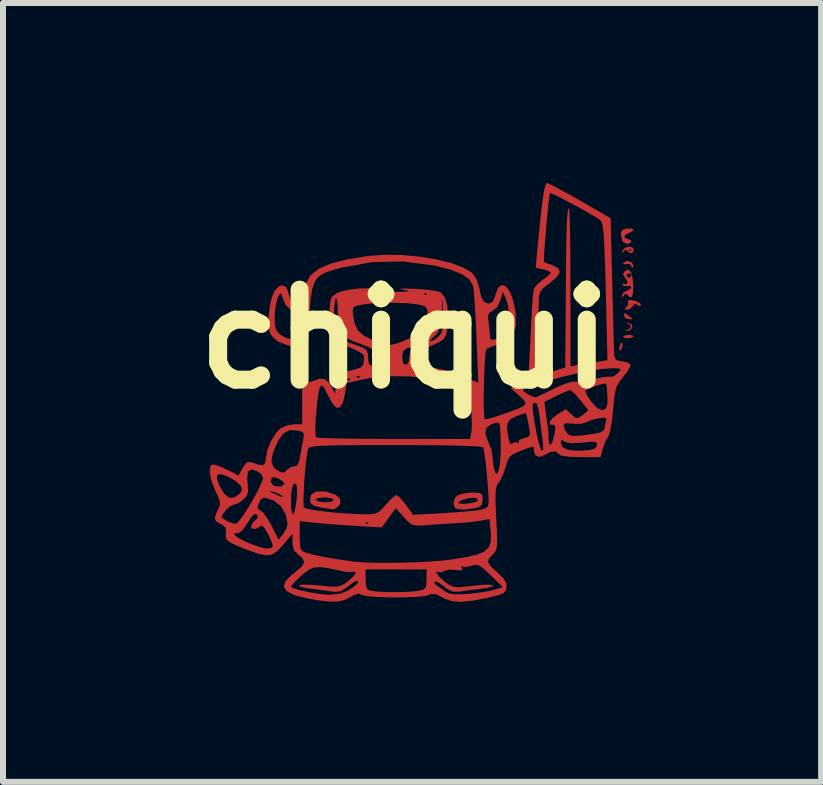
<source format=kicad_pcb>
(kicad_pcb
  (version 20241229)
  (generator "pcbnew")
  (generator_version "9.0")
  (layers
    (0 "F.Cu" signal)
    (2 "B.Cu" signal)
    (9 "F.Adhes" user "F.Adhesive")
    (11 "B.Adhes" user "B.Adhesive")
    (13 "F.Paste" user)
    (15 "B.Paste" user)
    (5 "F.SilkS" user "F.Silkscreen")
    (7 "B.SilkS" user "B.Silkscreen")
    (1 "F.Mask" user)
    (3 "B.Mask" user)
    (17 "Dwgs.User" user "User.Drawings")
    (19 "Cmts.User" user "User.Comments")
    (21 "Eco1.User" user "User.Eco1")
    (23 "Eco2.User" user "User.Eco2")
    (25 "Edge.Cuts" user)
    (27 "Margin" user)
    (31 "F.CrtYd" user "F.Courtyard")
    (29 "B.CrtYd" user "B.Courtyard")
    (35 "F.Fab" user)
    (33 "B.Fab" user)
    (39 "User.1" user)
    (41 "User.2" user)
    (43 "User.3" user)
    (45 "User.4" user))
  (footprint "chiqui"
    (layer "F.Cu")
    (at 3.693 2.599)
    (property "Reference" "chiqui" (at 0 0 0) (layer "F.SilkS") (effects (font (size 1.5 1.5) (thickness 0.3))))
    (attr board_only exclude_from_pos_files exclude_from_bom)
    (fp_poly (pts (xy 3.634 0.076) (xy 3.629 0.122) (xy 3.602 0.192) (xy 3.582 0.191) (xy 3.576 0.145) (xy 3.599 0.077) (xy 3.613 0.063)) (stroke (width 0) (type solid)) (fill yes) (layer "F.Cu"))
    (fp_poly (pts (xy 3.689 -0.423) (xy 3.752 -0.368) (xy 3.78 -0.355) (xy 3.802 -0.336) (xy 3.749 -0.328) (xy 3.674 -0.35) (xy 3.658 -0.396) (xy 3.67 -0.438)) (stroke (width 0) (type solid)) (fill yes) (layer "F.Cu"))
    (fp_poly (pts (xy 3.797 -0.061) (xy 3.82 -0.045) (xy 3.787 -0.02) (xy 3.718 -0.011) (xy 3.656 -0.022) (xy 3.642 -0.033) (xy 3.663 -0.056) (xy 3.722 -0.067)) (stroke (width 0) (type solid)) (fill yes) (layer "F.Cu"))
    (fp_poly (pts (xy 3.782 -1.276) (xy 3.815 -1.225) (xy 3.804 -1.189) (xy 3.782 -1.197) (xy 3.78 -1.217) (xy 3.748 -1.252) (xy 3.698 -1.248) (xy 3.643 -1.245) (xy 3.64 -1.264) (xy 3.696 -1.298) (xy 3.719 -1.3)) (stroke (width 0) (type solid)) (fill yes) (layer "F.Cu"))
    (fp_poly (pts (xy 3.728 -0.27) (xy 3.789 -0.239) (xy 3.794 -0.184) (xy 3.746 -0.141) (xy 3.719 -0.135) (xy 3.67 -0.132) (xy 3.699 -0.145) (xy 3.708 -0.148) (xy 3.772 -0.187) (xy 3.762 -0.234) (xy 3.718 -0.257) (xy 3.688 -0.27)) (stroke (width 0) (type solid)) (fill yes) (layer "F.Cu"))
    (fp_poly (pts (xy 3.855 -0.633) (xy 3.927 -0.592) (xy 3.942 -0.56) (xy 3.919 -0.544) (xy 3.886 -0.565) (xy 3.834 -0.588) (xy 3.806 -0.55) (xy 3.75 -0.497) (xy 3.71 -0.488) (xy 3.664 -0.496) (xy 3.693 -0.524) (xy 3.728 -0.578) (xy 3.721 -0.605) (xy 3.727 -0.644) (xy 3.753 -0.65)) (stroke (width 0) (type solid)) (fill yes) (layer "F.Cu"))
    (fp_poly (pts (xy 3.817 -1.814) (xy 3.767 -1.778) (xy 3.739 -1.768) (xy 3.672 -1.729) (xy 3.663 -1.687) (xy 3.715 -1.666) (xy 3.719 -1.666) (xy 3.773 -1.644) (xy 3.78 -1.626) (xy 3.746 -1.592) (xy 3.703 -1.585) (xy 3.638 -1.616) (xy 3.609 -1.703) (xy 3.607 -1.789) (xy 3.65 -1.827) (xy 3.706 -1.839) (xy 3.795 -1.839)) (stroke (width 0) (type solid)) (fill yes) (layer "F.Cu"))
    (fp_poly (pts (xy 3.799 -1.526) (xy 3.82 -1.486) (xy 3.796 -1.429) (xy 3.745 -1.435) (xy 3.716 -1.467) (xy 3.684 -1.483) (xy 3.739 -1.483) (xy 3.759 -1.463) (xy 3.78 -1.483) (xy 3.759 -1.504) (xy 3.739 -1.483) (xy 3.684 -1.483) (xy 3.678 -1.486) (xy 3.649 -1.457) (xy 3.621 -1.425) (xy 3.627 -1.463) (xy 3.67 -1.516) (xy 3.738 -1.538)) (stroke (width 0) (type solid)) (fill yes) (layer "F.Cu"))
    (fp_poly (pts (xy -1.297 2.548) (xy -1.155 2.594) (xy -1.077 2.661) (xy -1.07 2.74) (xy -1.094 2.78) (xy -1.158 2.831) (xy -1.194 2.839) (xy -1.261 2.83) (xy -1.371 2.813) (xy -1.402 2.809) (xy -1.515 2.78) (xy -1.568 2.732) (xy -1.577 2.699) (xy -1.573 2.673) (xy -1.486 2.673) (xy -1.483 2.682) (xy -1.429 2.71) (xy -1.331 2.723) (xy -1.318 2.723) (xy -1.225 2.713) (xy -1.18 2.687) (xy -1.179 2.682) (xy -1.215 2.657) (xy -1.305 2.643) (xy -1.344 2.642) (xy -1.447 2.65) (xy -1.486 2.673) (xy -1.573 2.673) (xy -1.561 2.598) (xy -1.482 2.544) (xy -1.345 2.54)) (stroke (width 0) (type solid)) (fill yes) (layer "F.Cu"))
    (fp_poly (pts (xy 1.241 2.565) (xy 1.288 2.59) (xy 1.3 2.652) (xy 1.3 2.677) (xy 1.287 2.763) (xy 1.23 2.805) (xy 1.173 2.819) (xy 1.011 2.842) (xy 0.892 2.839) (xy 0.84 2.818) (xy 0.812 2.741) (xy 0.816 2.729) (xy 0.894 2.729) (xy 0.928 2.746) (xy 1.01 2.748) (xy 1.107 2.736) (xy 1.188 2.715) (xy 1.216 2.699) (xy 1.211 2.661) (xy 1.208 2.657) (xy 1.152 2.645) (xy 1.061 2.655) (xy 0.967 2.68) (xy 0.904 2.713) (xy 0.894 2.729) (xy 0.816 2.729) (xy 0.838 2.653) (xy 0.891 2.602) (xy 0.983 2.575) (xy 1.108 2.561) (xy 1.135 2.56)) (stroke (width 0) (type solid)) (fill yes) (layer "F.Cu"))
    (fp_poly (pts (xy 3.768 -1.119) (xy 3.8 -1.012) (xy 3.811 -0.897) (xy 3.807 -0.764) (xy 3.784 -0.697) (xy 3.744 -0.7) (xy 3.716 -0.736) (xy 3.679 -0.754) (xy 3.653 -0.726) (xy 3.624 -0.691) (xy 3.618 -0.725) (xy 3.651 -0.778) (xy 3.698 -0.801) (xy 3.764 -0.835) (xy 3.78 -0.863) (xy 3.75 -0.886) (xy 3.72 -0.88) (xy 3.652 -0.884) (xy 3.632 -0.902) (xy 3.629 -0.928) (xy 3.649 -0.92) (xy 3.7 -0.912) (xy 3.716 -0.951) (xy 3.687 -1.007) (xy 3.677 -1.017) (xy 3.65 -1.057) (xy 3.698 -1.057) (xy 3.729 -1.017) (xy 3.739 -1.016) (xy 3.778 -1.047) (xy 3.78 -1.057) (xy 3.749 -1.096) (xy 3.739 -1.097) (xy 3.699 -1.066) (xy 3.698 -1.057) (xy 3.65 -1.057) (xy 3.639 -1.073) (xy 3.662 -1.123) (xy 3.72 -1.158)) (stroke (width 0) (type solid)) (fill yes) (layer "F.Cu"))
    (fp_poly (pts (xy 2.423 -2.579) (xy 2.529 -2.525) (xy 2.677 -2.445) (xy 2.854 -2.346) (xy 2.926 -2.305) (xy 3.434 -2.012) (xy 3.459 -0.996) (xy 3.466 -0.706) (xy 3.473 -0.435) (xy 3.479 -0.195) (xy 3.484 0.000146) (xy 3.488 0.137) (xy 3.489 0.19) (xy 3.498 0.299) (xy 3.526 0.35) (xy 3.592 0.37) (xy 3.624 0.373) (xy 3.717 0.394) (xy 3.766 0.427) (xy 3.767 0.429) (xy 3.75 0.481) (xy 3.693 0.57) (xy 3.643 0.632) (xy 3.578 0.714) (xy 3.535 0.79) (xy 3.508 0.882) (xy 3.49 1.012) (xy 3.475 1.179) (xy 3.457 1.36) (xy 3.431 1.509) (xy 3.404 1.605) (xy 3.393 1.626) (xy 3.346 1.706) (xy 3.305 1.819) (xy 3.302 1.829) (xy 3.265 1.971) (xy 2.926 1.969) (xy 2.728 1.962) (xy 2.609 1.944) (xy 2.57 1.918) (xy 2.52 1.876) (xy 2.432 1.882) (xy 2.343 1.929) (xy 2.251 1.967) (xy 2.181 1.941) (xy 2.154 1.865) (xy 2.154 1.817) (xy 2.142 1.796) (xy 2.1 1.802) (xy 2.009 1.835) (xy 1.934 1.864) (xy 1.814 1.916) (xy 1.746 1.97) (xy 1.706 2.055) (xy 1.686 2.128) (xy 1.642 2.259) (xy 1.589 2.365) (xy 1.569 2.393) (xy 1.541 2.433) (xy 1.523 2.49) (xy 1.515 2.578) (xy 1.515 2.712) (xy 1.523 2.907) (xy 1.527 2.992) (xy 1.538 3.208) (xy 1.542 3.357) (xy 1.538 3.456) (xy 1.525 3.518) (xy 1.501 3.56) (xy 1.468 3.593) (xy 1.404 3.661) (xy 1.391 3.72) (xy 1.435 3.789) (xy 1.539 3.886) (xy 1.547 3.892) (xy 1.65 3.993) (xy 1.695 4.074) (xy 1.699 4.14) (xy 1.686 4.196) (xy 1.65 4.235) (xy 1.575 4.267) (xy 1.443 4.3) (xy 1.382 4.314) (xy 1.131 4.363) (xy 0.94 4.382) (xy 0.792 4.371) (xy 0.672 4.331) (xy 0.626 4.306) (xy 0.521 4.253) (xy 0.443 4.251) (xy 0.411 4.265) (xy 0.335 4.284) (xy 0.203 4.297) (xy 0.032 4.305) (xy -0.157 4.308) (xy -0.346 4.305) (xy -0.515 4.297) (xy -0.644 4.284) (xy -0.716 4.266) (xy -0.72 4.262) (xy -0.773 4.243) (xy -0.86 4.276) (xy -0.906 4.303) (xy -1.006 4.352) (xy -1.116 4.377) (xy -1.254 4.378) (xy -1.439 4.356) (xy -1.626 4.322) (xy -1.835 4.269) (xy -1.964 4.204) (xy -2.008 4.136) (xy -1.893 4.136) (xy -1.832 4.163) (xy -1.716 4.195) (xy -1.568 4.225) (xy -1.413 4.249) (xy -1.277 4.263) (xy -1.249 4.264) (xy -1.055 4.241) (xy -0.914 4.176) (xy -0.826 4.112) (xy -0.777 4.063) (xy -0.773 4.054) (xy -0.789 4.025) (xy -0.845 4.05) (xy -0.946 4.128) (xy -1.057 4.201) (xy -1.164 4.216) (xy -1.196 4.212) (xy -1.307 4.195) (xy -1.459 4.175) (xy -1.558 4.163) (xy -1.677 4.144) (xy -1.75 4.122) (xy -1.761 4.105) (xy -1.707 4.095) (xy -1.595 4.095) (xy -1.445 4.106) (xy -1.406 4.11) (xy -1.244 4.127) (xy -1.138 4.129) (xy -1.064 4.114) (xy -0.999 4.078) (xy -0.949 4.042) (xy -0.913 4.01) (xy -0.65 4.01) (xy -0.643 4.122) (xy -0.615 4.176) (xy -0.559 4.198) (xy -0.432 4.212) (xy -0.257 4.219) (xy -0.066 4.219) (xy 0.108 4.212) (xy 0.213 4.2) (xy 0.31 4.179) (xy 0.354 4.14) (xy 0.365 4.058) (xy 0.366 4.042) (xy 0.496 4.042) (xy 0.501 4.082) (xy 0.529 4.105) (xy 0.608 4.158) (xy 0.671 4.205) (xy 0.736 4.241) (xy 0.833 4.256) (xy 0.98 4.254) (xy 1.036 4.25) (xy 1.209 4.233) (xy 1.373 4.208) (xy 1.48 4.184) (xy 1.639 4.138) (xy 1.434 3.938) (xy 1.322 3.833) (xy 1.248 3.778) (xy 1.19 3.762) (xy 1.129 3.775) (xy 1.119 3.779) (xy 1.025 3.801) (xy 0.966 3.794) (xy 0.942 3.792) (xy 0.955 3.82) (xy 0.96 3.853) (xy 0.908 3.859) (xy 0.84 3.849) (xy 0.736 3.844) (xy 0.672 3.861) (xy 0.667 3.866) (xy 0.613 3.891) (xy 0.585 3.885) (xy 0.533 3.878) (xy 0.536 3.912) (xy 0.588 3.975) (xy 0.67 4.046) (xy 0.746 4.1) (xy 0.811 4.13) (xy 0.89 4.138) (xy 1.008 4.129) (xy 1.128 4.115) (xy 1.281 4.099) (xy 1.403 4.095) (xy 1.471 4.102) (xy 1.476 4.105) (xy 1.458 4.125) (xy 1.378 4.147) (xy 1.273 4.163) (xy 1.118 4.182) (xy 0.976 4.201) (xy 0.911 4.212) (xy 0.804 4.211) (xy 0.7 4.159) (xy 0.655 4.123) (xy 0.569 4.062) (xy 0.508 4.038) (xy 0.496 4.042) (xy 0.366 4.042) (xy 0.366 4.008) (xy 0.366 3.84) (xy -0.142 3.84) (xy -0.65 3.84) (xy -0.65 4.01) (xy -0.913 4.01) (xy -0.865 3.968) (xy -0.817 3.91) (xy -0.813 3.897) (xy -0.838 3.874) (xy -0.851 3.88) (xy -0.912 3.886) (xy -1.018 3.874) (xy -1.065 3.864) (xy -1.263 3.822) (xy -1.402 3.803) (xy -1.505 3.809) (xy -1.589 3.843) (xy -1.678 3.908) (xy -1.727 3.95) (xy -1.821 4.039) (xy -1.881 4.107) (xy -1.893 4.136) (xy -2.008 4.136) (xy -2.014 4.127) (xy -1.985 4.035) (xy -1.878 3.928) (xy -1.826 3.889) (xy -1.713 3.794) (xy -1.673 3.719) (xy -1.704 3.651) (xy -1.768 3.6) (xy -1.844 3.524) (xy -1.869 3.411) (xy -1.869 3.39) (xy -1.869 3.246) (xy -2.022 3.429) (xy -2.12 3.535) (xy -2.209 3.593) (xy -2.31 3.607) (xy -2.443 3.579) (xy -2.629 3.512) (xy -2.635 3.51) (xy -2.804 3.441) (xy -2.91 3.389) (xy -2.965 3.343) (xy -2.983 3.294) (xy -2.977 3.235) (xy -2.835 3.235) (xy -2.835 3.261) (xy -2.789 3.305) (xy -2.69 3.36) (xy -2.562 3.416) (xy -2.43 3.463) (xy -2.319 3.491) (xy -2.286 3.494) (xy -2.215 3.479) (xy -2.195 3.453) (xy -2.212 3.393) (xy -2.255 3.293) (xy -2.279 3.245) (xy -2.339 3.144) (xy -2.384 3.112) (xy -2.409 3.124) (xy -2.478 3.165) (xy -2.539 3.161) (xy -2.56 3.124) (xy -2.531 3.064) (xy -2.489 3.025) (xy -2.443 2.97) (xy -2.463 2.926) (xy -2.503 2.918) (xy -2.556 2.97) (xy -2.619 3.069) (xy -2.702 3.19) (xy -2.767 3.236) (xy -2.791 3.234) (xy -2.835 3.235) (xy -2.977 3.235) (xy -2.977 3.232) (xy -2.981 3.148) (xy -3.045 3.092) (xy -3.064 3.083) (xy -3.142 3.038) (xy -3.165 2.984) (xy -3.16 2.972) (xy -3.049 2.972) (xy -3.043 2.982) (xy -2.954 3.038) (xy -2.856 3.074) (xy -2.808 3.078) (xy -2.765 3.04) (xy -2.694 2.947) (xy -2.608 2.815) (xy -2.607 2.814) (xy -2.453 2.814) (xy -2.426 2.848) (xy -2.405 2.855) (xy -2.353 2.899) (xy -2.283 2.996) (xy -2.219 3.11) (xy -2.1 3.346) (xy -2.026 3.253) (xy -1.97 3.159) (xy -1.951 3.083) (xy -1.96 3.036) (xy -1.748 3.036) (xy -1.748 3.283) (xy -1.745 3.42) (xy -1.732 3.497) (xy -1.698 3.539) (xy -1.632 3.566) (xy -1.615 3.572) (xy -1.493 3.603) (xy -1.314 3.638) (xy -1.103 3.674) (xy -0.884 3.705) (xy -0.833 3.712) (xy -0.655 3.725) (xy -0.419 3.732) (xy -0.148 3.731) (xy 0.133 3.724) (xy 0.402 3.711) (xy 0.636 3.693) (xy 0.754 3.679) (xy 1.011 3.639) (xy 1.198 3.597) (xy 1.324 3.546) (xy 1.399 3.478) (xy 1.434 3.386) (xy 1.439 3.263) (xy 1.432 3.176) (xy 1.413 3) (xy 1.265 3.029) (xy 1.147 3.046) (xy 0.984 3.062) (xy 0.833 3.072) (xy 0.649 3.083) (xy 0.46 3.095) (xy 0.337 3.105) (xy 0.209 3.112) (xy 0.127 3.095) (xy 0.055 3.042) (xy -0.011 2.971) (xy -0.148 2.82) (xy -0.264 2.98) (xy -0.379 3.141) (xy -0.809 3.116) (xy -1.022 3.102) (xy -1.237 3.086) (xy -1.421 3.071) (xy -1.445 3.068) (xy -0.65 3.068) (xy -0.63 3.089) (xy -0.61 3.068) (xy -0.63 3.048) (xy -0.65 3.068) (xy -1.445 3.068) (xy -1.494 3.064) (xy -1.748 3.036) (xy -1.96 3.036) (xy -1.982 2.924) (xy -2.063 2.785) (xy -2.177 2.696) (xy -2.196 2.688) (xy -2.2 2.687) (xy -1.895 2.687) (xy -1.89 2.818) (xy -1.875 2.906) (xy -1.857 2.924) (xy -1.836 2.879) (xy -1.816 2.788) (xy -1.801 2.683) (xy -1.686 2.683) (xy -1.684 2.78) (xy -1.677 2.81) (xy -1.62 2.831) (xy -1.5 2.853) (xy -1.335 2.876) (xy -1.144 2.896) (xy -0.943 2.911) (xy -0.752 2.92) (xy -0.725 2.921) (xy -0.578 2.922) (xy -0.486 2.91) (xy -0.419 2.874) (xy -0.35 2.805) (xy -0.314 2.764) (xy -0.229 2.672) (xy -0.161 2.613) (xy -0.136 2.601) (xy -0.092 2.631) (xy -0.021 2.709) (xy 0.023 2.766) (xy 0.142 2.931) (xy 0.61 2.905) (xy 0.815 2.892) (xy 1.006 2.877) (xy 1.161 2.862) (xy 1.24 2.851) (xy 1.344 2.826) (xy 1.39 2.788) (xy 1.401 2.715) (xy 1.401 2.702) (xy 1.395 2.562) (xy 1.383 2.392) (xy 1.367 2.213) (xy 1.349 2.045) (xy 1.331 1.909) (xy 1.315 1.823) (xy 1.308 1.807) (xy 1.261 1.796) (xy 1.137 1.787) (xy 0.944 1.78) (xy 0.687 1.774) (xy 0.372 1.77) (xy 0.004 1.768) (xy -0.152 1.768) (xy -0.537 1.768) (xy -0.848 1.77) (xy -1.093 1.772) (xy -1.28 1.777) (xy -1.417 1.783) (xy -1.51 1.791) (xy -1.568 1.803) (xy -1.598 1.817) (xy -1.607 1.828) (xy -1.624 1.904) (xy -1.642 2.033) (xy -1.658 2.195) (xy -1.672 2.371) (xy -1.681 2.54) (xy -1.686 2.683) (xy -1.801 2.683) (xy -1.799 2.667) (xy -1.791 2.535) (xy -1.791 2.526) (xy -1.801 2.429) (xy -1.838 2.408) (xy -1.839 2.408) (xy -1.868 2.455) (xy -1.887 2.557) (xy -1.895 2.687) (xy -2.2 2.687) (xy -2.307 2.652) (xy -2.367 2.65) (xy -2.404 2.688) (xy -2.429 2.739) (xy -2.453 2.814) (xy -2.607 2.814) (xy -2.554 2.725) (xy -2.469 2.57) (xy -2.451 2.534) (xy -2.251 2.534) (xy -2.239 2.547) (xy -2.174 2.579) (xy -2.07 2.627) (xy -2.031 2.637) (xy -2.049 2.61) (xy -2.054 2.606) (xy -2.122 2.569) (xy -2.195 2.545) (xy -2.251 2.534) (xy -2.451 2.534) (xy -2.403 2.436) (xy -2.377 2.375) (xy -2.235 2.375) (xy -2.197 2.436) (xy -2.164 2.451) (xy -2.055 2.46) (xy -2.004 2.416) (xy -2.027 2.375) (xy -2.093 2.331) (xy -2.167 2.304) (xy -2.213 2.308) (xy -2.235 2.375) (xy -2.377 2.375) (xy -2.364 2.343) (xy -2.357 2.315) (xy -2.391 2.251) (xy -2.465 2.199) (xy -2.558 2.175) (xy -2.61 2.212) (xy -2.624 2.314) (xy -2.615 2.421) (xy -2.608 2.541) (xy -2.635 2.621) (xy -2.685 2.676) (xy -2.774 2.739) (xy -2.852 2.764) (xy -2.909 2.789) (xy -2.976 2.849) (xy -3.03 2.919) (xy -3.049 2.972) (xy -3.16 2.972) (xy -3.135 2.897) (xy -3.111 2.85) (xy -3.081 2.777) (xy -3.08 2.709) (xy -3.112 2.618) (xy -3.151 2.537) (xy -3.217 2.371) (xy -3.229 2.317) (xy -3.13 2.317) (xy -3.096 2.425) (xy -3.083 2.451) (xy -3.003 2.583) (xy -2.928 2.644) (xy -2.848 2.643) (xy -2.824 2.634) (xy -2.744 2.573) (xy -2.71 2.516) (xy -2.731 2.446) (xy -2.813 2.369) (xy -2.941 2.296) (xy -3.043 2.257) (xy -3.112 2.259) (xy -3.13 2.317) (xy -3.229 2.317) (xy -3.248 2.229) (xy -3.239 2.128) (xy -3.212 2.094) (xy -3.157 2.098) (xy -3.056 2.133) (xy -2.969 2.173) (xy -2.766 2.276) (xy -2.701 2.151) (xy -2.634 2.061) (xy -2.574 2.049) (xy -2.438 2.096) (xy -2.359 2.103) (xy -2.323 2.067) (xy -2.318 2.028) (xy -2.219 2.028) (xy -2.192 2.126) (xy -2.147 2.17) (xy -2.06 2.224) (xy -2.005 2.225) (xy -1.952 2.176) (xy -1.95 2.174) (xy -1.877 2.127) (xy -1.834 2.123) (xy -1.788 2.107) (xy -1.756 2.033) (xy -1.74 1.951) (xy -1.717 1.812) (xy -1.692 1.689) (xy -1.686 1.661) (xy -1.678 1.581) (xy -1.723 1.541) (xy -1.768 1.528) (xy -1.912 1.518) (xy -2.022 1.575) (xy -2.109 1.7) (xy -2.191 1.889) (xy -2.219 2.028) (xy -2.318 2.028) (xy -2.316 2.006) (xy -2.29 1.862) (xy -2.227 1.703) (xy -2.142 1.564) (xy -2.068 1.489) (xy -2.026 1.47) (xy -1.488 1.47) (xy -1.487 1.582) (xy -1.477 1.638) (xy -1.476 1.639) (xy -1.43 1.646) (xy -1.313 1.652) (xy -1.135 1.657) (xy -0.906 1.661) (xy -0.635 1.664) (xy -0.333 1.666) (xy -0.179 1.666) (xy 1.091 1.666) (xy 1.108 1.577) (xy 1.345 1.577) (xy 1.393 1.715) (xy 1.402 1.733) (xy 1.446 1.843) (xy 1.463 1.935) (xy 1.471 2.038) (xy 1.489 2.153) (xy 1.515 2.237) (xy 1.542 2.248) (xy 1.567 2.196) (xy 1.587 2.09) (xy 1.6 1.938) (xy 1.603 1.779) (xy 1.599 1.617) (xy 1.593 1.499) (xy 1.707 1.499) (xy 1.731 1.654) (xy 1.733 1.664) (xy 1.758 1.744) (xy 1.786 1.75) (xy 1.789 1.746) (xy 1.844 1.719) (xy 1.871 1.728) (xy 1.904 1.737) (xy 1.897 1.718) (xy 1.912 1.682) (xy 1.987 1.653) (xy 1.987 1.653) (xy 2.056 1.635) (xy 2.086 1.602) (xy 2.084 1.53) (xy 2.068 1.438) (xy 2.045 1.324) (xy 2.027 1.251) (xy 2.022 1.237) (xy 1.982 1.244) (xy 1.894 1.275) (xy 1.859 1.289) (xy 1.765 1.337) (xy 1.717 1.401) (xy 1.707 1.499) (xy 1.593 1.499) (xy 1.592 1.488) (xy 1.582 1.413) (xy 1.578 1.402) (xy 1.528 1.398) (xy 1.448 1.42) (xy 1.364 1.481) (xy 1.345 1.577) (xy 1.108 1.577) (xy 1.113 1.554) (xy 1.12 1.46) (xy 1.118 1.315) (xy 1.108 1.147) (xy 1.106 1.121) (xy 1.077 0.8) (xy 0.772 0.724) (xy 0.457 0.664) (xy 0.704 0.664) (xy 0.71 0.688) (xy 0.732 0.691) (xy 0.765 0.676) (xy 0.759 0.664) (xy 0.71 0.659) (xy 0.704 0.664) (xy 0.457 0.664) (xy 0.428 0.658) (xy 0.069 0.623) (xy 0.023 0.623) (xy 0.583 0.623) (xy 0.588 0.647) (xy 0.61 0.65) (xy 0.643 0.635) (xy 0.637 0.623) (xy 0.588 0.618) (xy 0.583 0.623) (xy 0.023 0.623) (xy -0.277 0.621) (xy -0.585 0.652) (xy -0.66 0.667) (xy -0.967 0.735) (xy -0.993 0.913) (xy -1.029 1.061) (xy -1.079 1.14) (xy -1.139 1.146) (xy -1.193 1.09) (xy -1.257 0.978) (xy -1.304 0.884) (xy -1.348 0.801) (xy -1.384 0.774) (xy -1.413 0.807) (xy -1.437 0.907) (xy -1.459 1.079) (xy -1.481 1.325) (xy -1.488 1.47) (xy -2.026 1.47) (xy -1.958 1.441) (xy -1.84 1.422) (xy -1.707 1.422) (xy -1.708 0.843) (xy -1.711 0.597) (xy -1.624 0.597) (xy -1.619 0.674) (xy -1.607 0.711) (xy -1.588 0.721) (xy -1.561 0.713) (xy -1.56 0.713) (xy -1.424 0.665) (xy -1.335 0.666) (xy -1.27 0.718) (xy -1.233 0.778) (xy -1.158 0.914) (xy -1.146 0.762) (xy -1.123 0.664) (xy -0.962 0.664) (xy -0.956 0.688) (xy -0.935 0.691) (xy -0.901 0.676) (xy -0.908 0.664) (xy -0.956 0.659) (xy -0.962 0.664) (xy -1.123 0.664) (xy -1.117 0.641) (xy -1.103 0.623) (xy -0.799 0.623) (xy -0.794 0.647) (xy -0.772 0.65) (xy -0.739 0.635) (xy -0.745 0.623) (xy -0.793 0.618) (xy -0.799 0.623) (xy -1.103 0.623) (xy -1.064 0.574) (xy -0.979 0.544) (xy -0.86 0.515) (xy -0.843 0.512) (xy -0.733 0.478) (xy -0.688 0.424) (xy -0.685 0.405) (xy -0.678 0.316) (xy -0.675 0.282) (xy -0.707 0.246) (xy -0.796 0.194) (xy -0.91 0.142) (xy -1.043 0.084) (xy -1.147 0.032) (xy -1.194 0.001) (xy -1.224 -0.07) (xy -1.244 -0.196) (xy -1.253 -0.349) (xy -1.253 -0.358) (xy -1.178 -0.358) (xy -1.172 -0.198) (xy -1.143 -0.089) (xy -1.078 -0.013) (xy -0.96 0.048) (xy -0.804 0.104) (xy -0.689 0.147) (xy -0.631 0.19) (xy -0.611 0.252) (xy -0.61 0.308) (xy -0.596 0.412) (xy -0.552 0.447) (xy -0.549 0.447) (xy -0.503 0.415) (xy -0.488 0.314) (xy -0.488 0.31) (xy -0.49 0.282) (xy -0.041 0.282) (xy -0.032 0.373) (xy -0.015 0.419) (xy 0.033 0.431) (xy 0.069 0.377) (xy 0.081 0.282) (xy 0.095 0.198) (xy 0.129 0.163) (xy 0.161 0.151) (xy 0.157 0.144) (xy 0.108 0.138) (xy 0.049 0.149) (xy -0.022 0.195) (xy -0.041 0.282) (xy -0.49 0.282) (xy -0.493 0.233) (xy -0.521 0.182) (xy -0.589 0.14) (xy -0.687 0.102) (xy 0.203 0.102) (xy 0.224 0.122) (xy 0.244 0.102) (xy 0.224 0.081) (xy 0.203 0.102) (xy -0.687 0.102) (xy -0.716 0.09) (xy -0.722 0.088) (xy -0.898 0.021) (xy -1.01 -0.039) (xy -1.074 -0.11) (xy -1.104 -0.209) (xy -1.112 -0.356) (xy -1.113 -0.418) (xy -1.115 -0.468) (xy -0.865 -0.468) (xy -0.862 -0.426) (xy -0.835 -0.263) (xy -0.781 -0.146) (xy -0.684 -0.058) (xy -0.53 0.019) (xy -0.427 0.058) (xy -0.323 0.089) (xy -0.232 0.096) (xy -0.13 0.076) (xy -0.091 0.061) (xy 0.325 0.061) (xy 0.345 0.081) (xy 0.366 0.061) (xy 0.345 0.041) (xy 0.325 0.061) (xy -0.091 0.061) (xy -0.033 0.039) (xy 0.432 0.039) (xy 0.437 0.04) (xy 0.501 0.014) (xy 0.569 -0.041) (xy 0.614 -0.101) (xy 0.638 -0.184) (xy 0.645 -0.313) (xy 0.644 -0.396) (xy 0.637 -0.671) (xy 0.613 -0.394) (xy 0.595 -0.237) (xy 0.568 -0.137) (xy 0.524 -0.071) (xy 0.488 -0.039) (xy 0.433 0.013) (xy 0.432 0.039) (xy -0.033 0.039) (xy 0.006 0.024) (xy 0.112 -0.022) (xy 0.24 -0.087) (xy 0.312 -0.147) (xy 0.348 -0.223) (xy 0.355 -0.252) (xy 0.382 -0.402) (xy 0.379 -0.493) (xy 0.338 -0.543) (xy 0.252 -0.571) (xy 0.224 -0.576) (xy 0.05 -0.595) (xy -0.17 -0.603) (xy -0.402 -0.6) (xy -0.613 -0.585) (xy -0.691 -0.575) (xy -0.803 -0.554) (xy -0.854 -0.524) (xy -0.865 -0.468) (xy -1.115 -0.468) (xy -1.118 -0.557) (xy -1.128 -0.65) (xy -1.143 -0.682) (xy -1.147 -0.678) (xy -1.162 -0.615) (xy -1.174 -0.497) (xy -1.178 -0.358) (xy -1.253 -0.358) (xy -1.251 -0.503) (xy -1.236 -0.631) (xy -1.21 -0.705) (xy -1.143 -0.752) (xy 0.325 -0.752) (xy 0.345 -0.732) (xy 0.366 -0.752) (xy 0.345 -0.772) (xy 0.325 -0.752) (xy -1.143 -0.752) (xy -1.12 -0.768) (xy -0.966 -0.814) (xy -0.763 -0.841) (xy -0.569 -0.846) (xy -0.345 -0.841) (xy -0.528 -0.813) (xy -0.585 -0.8) (xy -0.57 -0.792) (xy -0.479 -0.787) (xy -0.311 -0.784) (xy -0.264 -0.784) (xy -0.078 -0.786) (xy 0.031 -0.789) (xy 0.07 -0.797) (xy 0.042 -0.808) (xy 0 -0.816) (xy -0.069 -0.83) (xy -0.07 -0.838) (xy 0.002 -0.84) (xy 0.151 -0.836) (xy 0.166 -0.835) (xy 0.337 -0.824) (xy 0.484 -0.806) (xy 0.584 -0.784) (xy 0.601 -0.777) (xy 0.667 -0.699) (xy 0.711 -0.562) (xy 0.727 -0.384) (xy 0.713 -0.183) (xy 0.713 -0.179) (xy 0.692 -0.07) (xy 0.655 -0.002) (xy 0.583 0.049) (xy 0.474 0.1) (xy 0.344 0.157) (xy 0.235 0.201) (xy 0.19 0.218) (xy 0.133 0.274) (xy 0.129 0.333) (xy 0.146 0.38) (xy 0.191 0.414) (xy 0.281 0.441) (xy 0.433 0.471) (xy 0.454 0.474) (xy 0.646 0.515) (xy 0.844 0.572) (xy 0.997 0.629) (xy 1.228 0.731) (xy 1.198 -0.027) (xy 1.187 -0.274) (xy 1.182 -0.37) (xy 1.389 -0.37) (xy 1.398 -0.286) (xy 1.414 -0.161) (xy 1.422 -0.057) (xy 1.422 -0.053) (xy 1.43 0.006) (xy 1.469 0.016) (xy 1.545 -0.006) (xy 1.645 -0.059) (xy 1.708 -0.124) (xy 1.738 -0.238) (xy 1.743 -0.393) (xy 1.724 -0.553) (xy 1.689 -0.671) (xy 1.633 -0.792) (xy 1.603 -0.657) (xy 1.544 -0.53) (xy 1.474 -0.476) (xy 1.408 -0.434) (xy 1.389 -0.37) (xy 1.182 -0.37) (xy 1.175 -0.499) (xy 1.162 -0.687) (xy 1.15 -0.823) (xy 1.14 -0.89) (xy 1.079 -0.992) (xy 0.953 -1.081) (xy 0.756 -1.158) (xy 0.494 -1.224) (xy -0.028 -1.292) (xy -0.548 -1.28) (xy -1.063 -1.186) (xy -1.154 -1.161) (xy -1.277 -1.123) (xy -1.373 -1.082) (xy -1.446 -1.027) (xy -1.5 -0.949) (xy -1.538 -0.838) (xy -1.564 -0.683) (xy -1.583 -0.474) (xy -1.597 -0.201) (xy -1.607 0.03) (xy -1.618 0.286) (xy -1.624 0.472) (xy -1.624 0.597) (xy -1.711 0.597) (xy -1.711 0.589) (xy -1.719 0.404) (xy -1.738 0.277) (xy -1.772 0.194) (xy -1.825 0.144) (xy -1.9 0.114) (xy -1.964 0.1) (xy -2.11 0.042) (xy -2.2 -0.035) (xy -2.245 -0.104) (xy -2.268 -0.182) (xy -2.27 -0.293) (xy -2.265 -0.378) (xy -2.166 -0.378) (xy -2.163 -0.239) (xy -2.142 -0.153) (xy -2.095 -0.092) (xy -2.077 -0.076) (xy -1.983 -0.02) (xy -1.906 0) (xy -1.855 -0.016) (xy -1.832 -0.077) (xy -1.829 -0.159) (xy -1.823 -0.277) (xy -1.81 -0.365) (xy -1.807 -0.376) (xy -1.823 -0.435) (xy -1.887 -0.479) (xy -1.98 -0.562) (xy -2.023 -0.659) (xy -2.048 -0.746) (xy -2.069 -0.762) (xy -2.101 -0.714) (xy -2.109 -0.698) (xy -2.139 -0.603) (xy -2.16 -0.466) (xy -2.166 -0.378) (xy -2.265 -0.378) (xy -2.262 -0.421) (xy -2.229 -0.641) (xy -2.171 -0.796) (xy -2.092 -0.88) (xy -2.036 -0.894) (xy -1.975 -0.866) (xy -1.938 -0.775) (xy -1.933 -0.75) (xy -1.9 -0.648) (xy -1.854 -0.586) (xy -1.846 -0.583) (xy -1.763 -0.587) (xy -1.697 -0.653) (xy -1.667 -0.763) (xy -1.666 -0.779) (xy -1.642 -0.934) (xy -1.566 -1.062) (xy -1.433 -1.168) (xy -1.236 -1.254) (xy -0.97 -1.323) (xy -0.63 -1.38) (xy -0.597 -1.384) (xy -0.332 -1.404) (xy -0.046 -1.399) (xy 0.244 -1.372) (xy 0.522 -1.327) (xy 0.772 -1.266) (xy 0.975 -1.192) (xy 1.116 -1.108) (xy 1.127 -1.099) (xy 1.193 -1.002) (xy 1.237 -0.877) (xy 1.24 -0.864) (xy 1.275 -0.708) (xy 1.323 -0.62) (xy 1.392 -0.59) (xy 1.405 -0.589) (xy 1.467 -0.619) (xy 1.51 -0.716) (xy 1.516 -0.742) (xy 1.562 -0.858) (xy 1.62 -0.901) (xy 1.685 -0.879) (xy 1.748 -0.797) (xy 1.804 -0.662) (xy 1.844 -0.479) (xy 1.849 -0.443) (xy 1.855 -0.23) (xy 1.809 -0.075) (xy 1.707 0.03) (xy 1.575 0.087) (xy 1.46 0.124) (xy 1.378 0.16) (xy 1.362 0.17) (xy 1.351 0.217) (xy 1.341 0.326) (xy 1.332 0.478) (xy 1.325 0.657) (xy 1.321 0.846) (xy 1.319 1.025) (xy 1.321 1.179) (xy 1.326 1.29) (xy 1.335 1.34) (xy 1.337 1.341) (xy 1.405 1.328) (xy 1.524 1.293) (xy 1.665 1.246) (xy 1.805 1.196) (xy 1.916 1.151) (xy 1.928 1.145) (xy 2.134 1.145) (xy 2.144 1.254) (xy 2.166 1.396) (xy 2.195 1.548) (xy 2.226 1.692) (xy 2.257 1.804) (xy 2.282 1.864) (xy 2.288 1.869) (xy 2.308 1.834) (xy 2.307 1.745) (xy 2.304 1.717) (xy 2.286 1.591) (xy 2.266 1.427) (xy 2.252 1.311) (xy 2.227 1.149) (xy 2.196 1.067) (xy 2.159 1.064) (xy 2.138 1.09) (xy 2.134 1.145) (xy 1.928 1.145) (xy 1.969 1.124) (xy 2.012 1.086) (xy 2.011 1.051) (xy 2.33 1.051) (xy 2.355 1.247) (xy 2.372 1.368) (xy 2.385 1.453) (xy 2.389 1.473) (xy 2.395 1.531) (xy 2.398 1.633) (xy 2.398 1.654) (xy 2.407 1.747) (xy 2.431 1.767) (xy 2.462 1.719) (xy 2.464 1.714) (xy 2.601 1.714) (xy 2.627 1.798) (xy 2.711 1.847) (xy 2.861 1.863) (xy 2.946 1.861) (xy 3.086 1.85) (xy 3.164 1.829) (xy 3.199 1.792) (xy 3.204 1.774) (xy 3.205 1.733) (xy 3.176 1.714) (xy 3.101 1.713) (xy 2.97 1.727) (xy 2.799 1.738) (xy 2.693 1.724) (xy 2.661 1.706) (xy 2.613 1.678) (xy 2.601 1.713) (xy 2.601 1.714) (xy 2.464 1.714) (xy 2.494 1.608) (xy 2.501 1.573) (xy 2.513 1.47) (xy 2.496 1.432) (xy 2.647 1.432) (xy 2.667 1.503) (xy 2.692 1.548) (xy 2.732 1.595) (xy 2.789 1.615) (xy 2.89 1.614) (xy 2.967 1.606) (xy 3.105 1.588) (xy 3.218 1.569) (xy 3.261 1.559) (xy 3.322 1.516) (xy 3.332 1.484) (xy 3.347 1.398) (xy 3.358 1.362) (xy 3.364 1.321) (xy 3.326 1.309) (xy 3.227 1.323) (xy 3.226 1.323) (xy 3.111 1.352) (xy 3.027 1.386) (xy 3.017 1.392) (xy 2.946 1.413) (xy 2.835 1.415) (xy 2.804 1.411) (xy 2.69 1.405) (xy 2.647 1.432) (xy 2.496 1.432) (xy 2.496 1.431) (xy 2.479 1.431) (xy 2.42 1.427) (xy 2.416 1.385) (xy 2.46 1.323) (xy 2.541 1.26) (xy 2.687 1.169) (xy 2.78 1.256) (xy 2.848 1.314) (xy 2.897 1.317) (xy 2.966 1.268) (xy 2.968 1.267) (xy 3.064 1.19) (xy 2.93 1.022) (xy 2.849 0.927) (xy 2.783 0.866) (xy 2.781 0.865) (xy 3.011 0.865) (xy 3.028 0.914) (xy 3.081 1.002) (xy 3.116 1.052) (xy 3.209 1.151) (xy 3.292 1.189) (xy 3.354 1.163) (xy 3.379 1.082) (xy 3.381 0.993) (xy 3.376 0.884) (xy 3.368 0.79) (xy 3.358 0.744) (xy 3.358 0.743) (xy 3.314 0.746) (xy 3.227 0.77) (xy 3.126 0.805) (xy 3.044 0.841) (xy 3.011 0.865) (xy 2.781 0.865) (xy 2.759 0.853) (xy 2.703 0.871) (xy 2.602 0.915) (xy 2.525 0.952) (xy 2.33 1.051) (xy 2.011 1.051) (xy 2.011 1.049) (xy 1.96 0.991) (xy 1.907 0.943) (xy 1.799 0.846) (xy 1.973 0.846) (xy 1.983 0.872) (xy 2.041 0.913) (xy 2.119 0.953) (xy 2.185 0.974) (xy 2.224 0.957) (xy 2.317 0.913) (xy 2.447 0.849) (xy 2.483 0.831) (xy 2.656 0.753) (xy 2.785 0.713) (xy 2.848 0.712) (xy 2.929 0.715) (xy 3.055 0.696) (xy 3.146 0.673) (xy 3.277 0.642) (xy 3.382 0.628) (xy 3.423 0.631) (xy 3.489 0.62) (xy 3.555 0.57) (xy 3.596 0.52) (xy 3.592 0.496) (xy 3.528 0.488) (xy 3.443 0.488) (xy 3.291 0.5) (xy 3.087 0.532) (xy 2.853 0.579) (xy 2.608 0.637) (xy 2.374 0.701) (xy 2.17 0.764) (xy 2.017 0.823) (xy 1.973 0.846) (xy 1.799 0.846) (xy 1.768 0.818) (xy 1.915 0.756) (xy 2.063 0.694) (xy 2.074 0.47) (xy 2.2 0.47) (xy 2.205 0.573) (xy 2.216 0.61) (xy 2.27 0.598) (xy 2.375 0.569) (xy 2.463 0.542) (xy 2.678 0.474) (xy 2.686 -0.667) (xy 2.689 -1.06) (xy 2.692 -1.379) (xy 2.696 -1.632) (xy 2.7 -1.827) (xy 2.706 -1.97) (xy 2.713 -2.071) (xy 2.721 -2.135) (xy 2.731 -2.171) (xy 2.739 -2.184) (xy 2.745 -2.151) (xy 2.75 -2.046) (xy 2.755 -1.878) (xy 2.759 -1.657) (xy 2.762 -1.391) (xy 2.763 -1.091) (xy 2.764 -0.876) (xy 2.764 0.456) (xy 2.896 0.432) (xy 3.024 0.41) (xy 3.174 0.386) (xy 3.204 0.381) (xy 3.381 0.354) (xy 3.353 -0.788) (xy 3.344 -1.128) (xy 3.335 -1.396) (xy 3.326 -1.6) (xy 3.317 -1.75) (xy 3.305 -1.855) (xy 3.292 -1.923) (xy 3.275 -1.964) (xy 3.257 -1.983) (xy 3.192 -2.027) (xy 3.082 -2.092) (xy 2.943 -2.17) (xy 2.793 -2.251) (xy 2.649 -2.327) (xy 2.528 -2.389) (xy 2.447 -2.426) (xy 2.422 -2.432) (xy 2.413 -2.387) (xy 2.4 -2.28) (xy 2.384 -2.128) (xy 2.368 -1.95) (xy 2.351 -1.762) (xy 2.337 -1.585) (xy 2.326 -1.434) (xy 2.321 -1.327) (xy 2.322 -1.284) (xy 2.322 -1.284) (xy 2.367 -1.264) (xy 2.456 -1.233) (xy 2.459 -1.232) (xy 2.561 -1.18) (xy 2.586 -1.113) (xy 2.534 -1.027) (xy 2.42 -0.932) (xy 2.315 -0.852) (xy 2.26 -0.786) (xy 2.238 -0.704) (xy 2.234 -0.572) (xy 2.232 -0.437) (xy 2.225 -0.248) (xy 2.216 -0.034) (xy 2.208 0.132) (xy 2.201 0.318) (xy 2.2 0.47) (xy 2.074 0.47) (xy 2.097 0.012) (xy 2.108 -0.217) (xy 2.119 -0.418) (xy 2.128 -0.577) (xy 2.135 -0.68) (xy 2.137 -0.711) (xy 2.147 -0.786) (xy 2.149 -0.818) (xy 2.184 -0.88) (xy 2.264 -0.957) (xy 2.296 -0.98) (xy 2.384 -1.046) (xy 2.434 -1.095) (xy 2.438 -1.104) (xy 2.403 -1.131) (xy 2.318 -1.158) (xy 2.312 -1.159) (xy 2.185 -1.187) (xy 2.211 -1.477) (xy 2.246 -1.839) (xy 2.276 -2.123) (xy 2.303 -2.337) (xy 2.328 -2.484) (xy 2.35 -2.57) (xy 2.371 -2.599) (xy 2.373 -2.599)) (stroke (width 0) (type solid)) (fill yes) (layer "F.Cu")))
  (gr_rect
    (start -3 -3)
    (end 10.635 9.981)
    (stroke (width 0.1) (type default))
    (fill no)
    (layer "Edge.Cuts")))
</source>
